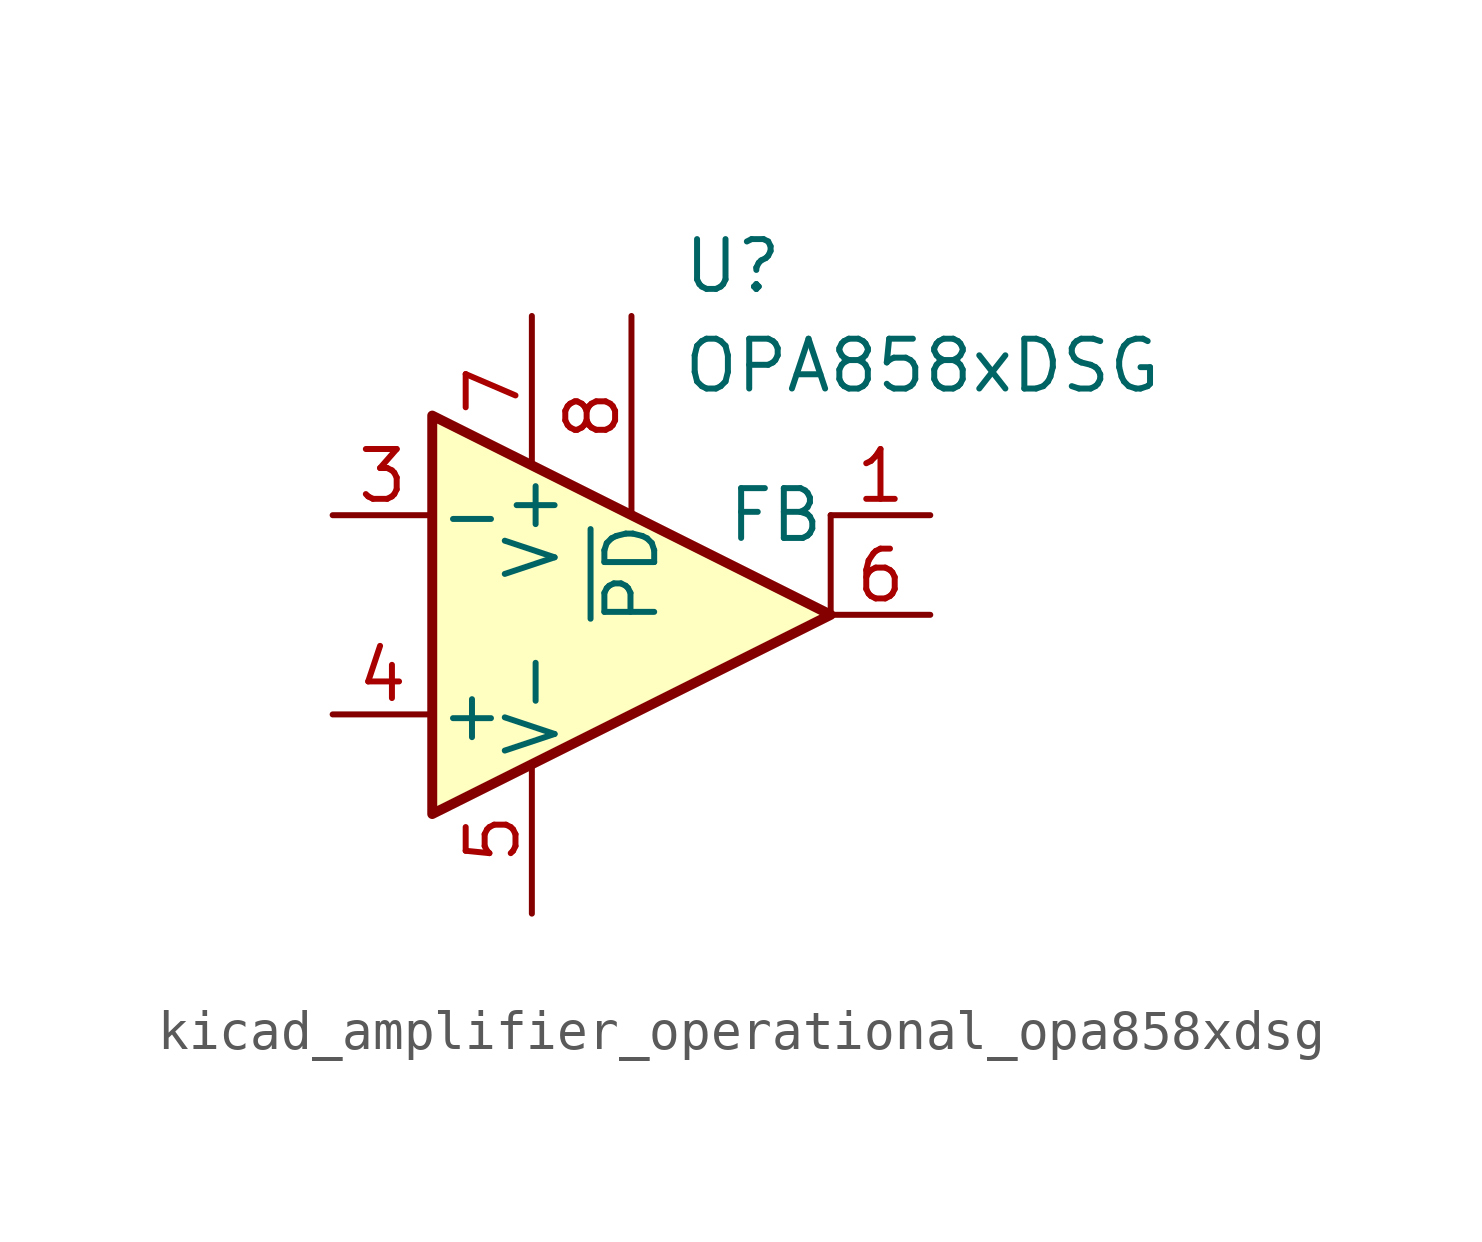
<source format=kicad_sym>
(kicad_symbol_lib
  (version 20220914)
  (generator kicad_symbol_editor)
  (symbol "kicad_amplifier_operational_opa858xdsg"
    (pin_names
      (offset 0.127))
    (property "Reference" "U"
      (at 1.27 8.89 0)
      (effects (font (size 1.27 1.27)) (justify left)))
    (property "Value" "OPA858xDSG"
      (at 1.27 6.35 0)
      (effects (font (size 1.27 1.27)) (justify left)))
    (symbol "kicad_amplifier_operational_opa858xdsg_0_0"
      (pin power_in line (at -2.54 7.62 270) (length 3.81) (name "V+" (effects (font (size 1.27 1.27)))) (number "7" (effects (font (size 1.27 1.27)))))
      (pin input line (at 0 7.62 270) (length 5.08) (name "~{PD}" (effects (font (size 1.27 1.27)))) (number "8" (effects (font (size 1.27 1.27)))))
      (pin passive line (at -2.54 -7.62 90) (length 3.81) hide (name "V-" (effects (font (size 1.27 1.27)))) (number "9" (effects (font (size 1.27 1.27))))))
    (symbol "kicad_amplifier_operational_opa858xdsg_0_1"
      (polyline (pts (xy 5.08 0) (xy 5.08 2.54)) (stroke (width 0.152) (type default)) (fill (type none)))
      (polyline (pts (xy -5.08 5.08) (xy 5.08 0) (xy -5.08 -5.08) (xy -5.08 5.08)) (stroke (width 0.254) (type default)) (fill (type background)))
      (pin no_connect line (at -5.08 -5.08 90) (length 3.81) hide (name "NC" (effects (font (size 1.27 1.27)))) (number "2" (effects (font (size 1.27 1.27)))))
      (pin output line (at 7.62 0 180) (length 2.54) (name "~" (effects (font (size 1.27 1.27)))) (number "6" (effects (font (size 1.27 1.27))))))
    (symbol "kicad_amplifier_operational_opa858xdsg_1_1"
      (pin output line (at 7.62 2.54 180) (length 2.54) (name "FB" (effects (font (size 1.27 1.27)))) (number "1" (effects (font (size 1.27 1.27)))))
      (pin input line (at -7.62 2.54 0) (length 2.54) (name "-" (effects (font (size 1.27 1.27)))) (number "3" (effects (font (size 1.27 1.27)))))
      (pin input line (at -7.62 -2.54 0) (length 2.54) (name "+" (effects (font (size 1.27 1.27)))) (number "4" (effects (font (size 1.27 1.27)))))
      (pin power_in line (at -2.54 -7.62 90) (length 3.81) (name "V-" (effects (font (size 1.27 1.27)))) (number "5" (effects (font (size 1.27 1.27))))))))
</source>
